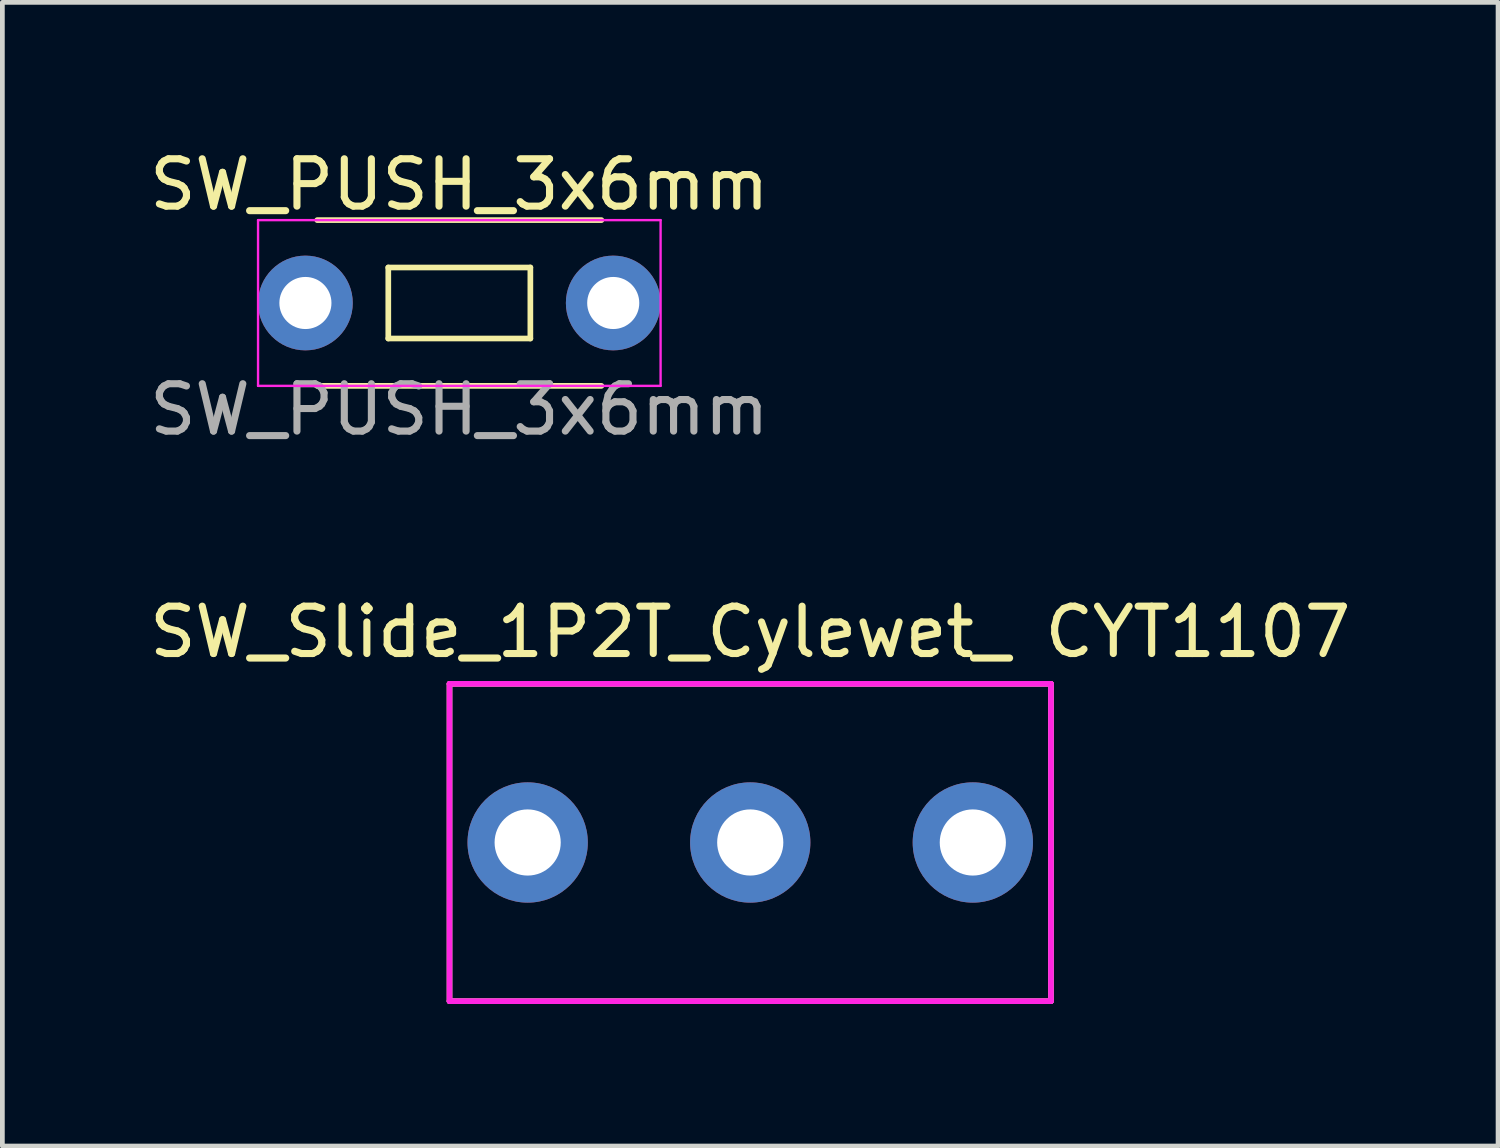
<source format=kicad_pcb>
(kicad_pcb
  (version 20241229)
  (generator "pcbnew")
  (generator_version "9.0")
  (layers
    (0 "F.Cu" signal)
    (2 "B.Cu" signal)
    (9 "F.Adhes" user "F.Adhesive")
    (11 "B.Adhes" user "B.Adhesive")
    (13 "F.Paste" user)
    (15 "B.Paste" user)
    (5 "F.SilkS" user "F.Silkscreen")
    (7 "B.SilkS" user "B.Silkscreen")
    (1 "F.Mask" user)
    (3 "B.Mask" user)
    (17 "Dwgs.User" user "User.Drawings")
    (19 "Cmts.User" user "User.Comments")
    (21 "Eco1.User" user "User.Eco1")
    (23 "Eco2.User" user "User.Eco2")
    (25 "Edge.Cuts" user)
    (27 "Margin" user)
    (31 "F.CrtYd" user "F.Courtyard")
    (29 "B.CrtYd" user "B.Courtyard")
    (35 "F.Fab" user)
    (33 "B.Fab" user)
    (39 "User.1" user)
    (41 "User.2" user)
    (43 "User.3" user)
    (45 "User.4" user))
  (footprint "SW_Slide_1P2T_Cylewet_ CYT1107"
    (layer "F.Cu")
    (at 12.792 14.74)
    (property "Reference" "SW_Slide_1P2T_Cylewet_ CYT1107" (at 0 -4.445 0) (layer "F.SilkS") (effects (font (size 1 1) (thickness 0.15))))
    (attr through_hole)
    (fp_line (start -6.35 -3.35) (end -6.35 3.35) (stroke (width 0.12) (type solid)) (layer "F.SilkS"))
    (fp_line (start -6.35 -3.35) (end 6.35 -3.35) (stroke (width 0.12) (type solid)) (layer "F.SilkS"))
    (fp_line (start -6.35 3.35) (end 6.35 3.35) (stroke (width 0.12) (type solid)) (layer "F.SilkS"))
    (fp_line (start 6.35 -3.35) (end 6.35 3.35) (stroke (width 0.12) (type solid)) (layer "F.SilkS"))
    (fp_line (start -6.35 -3.35) (end -6.35 3.35) (stroke (width 0.12) (type solid)) (layer "F.CrtYd"))
    (fp_line (start 6.35 -3.35) (end -6.35 -3.35) (stroke (width 0.12) (type solid)) (layer "F.CrtYd"))
    (fp_line (start 6.35 -3.35) (end 6.35 3.35) (stroke (width 0.12) (type solid)) (layer "F.CrtYd"))
    (fp_line (start 6.35 3.35) (end -6.35 3.35) (stroke (width 0.12) (type solid)) (layer "F.CrtYd"))
    (pad "1" thru_hole circle (at -4.7 0) (size 2.54 2.54) (drill 1.397) (layers "*.Cu" "*.Mask"))
    (pad "2" thru_hole circle (at 0 0) (size 2.54 2.54) (drill 1.397) (layers "*.Cu" "*.Mask"))
    (pad "3" thru_hole circle (at 4.7 0) (size 2.54 2.54) (drill 1.397) (layers "*.Cu" "*.Mask")))
  (footprint "SW_PUSH_3x6mm"
    (layer "F.Cu")
    (at 6.649 3.348)
    (property "Reference" "SW_PUSH_3x6mm" (at 0 -2.5 0) (layer "F.SilkS") (effects (font (size 1 1) (thickness 0.15))))
    (attr through_hole)
    (fp_line (start -3 -1.75) (end 3 -1.75) (stroke (width 0.12) (type solid)) (layer "F.SilkS"))
    (fp_line (start -3 1.75) (end 3 1.75) (stroke (width 0.12) (type solid)) (layer "F.SilkS"))
    (fp_line (start -1.5 -0.75) (end 1.5 -0.75) (stroke (width 0.12) (type solid)) (layer "F.SilkS"))
    (fp_line (start -1.5 0.75) (end -1.5 -0.75) (stroke (width 0.12) (type solid)) (layer "F.SilkS"))
    (fp_line (start 1.5 -0.75) (end 1.5 0.75) (stroke (width 0.12) (type solid)) (layer "F.SilkS"))
    (fp_line (start 1.5 0.75) (end -1.5 0.75) (stroke (width 0.12) (type solid)) (layer "F.SilkS"))
    (fp_line (start -4.25 -1.75) (end -4.25 1.75) (stroke (width 0.05) (type solid)) (layer "F.CrtYd"))
    (fp_line (start -4.25 -1.75) (end 4.25 -1.75) (stroke (width 0.05) (type solid)) (layer "F.CrtYd"))
    (fp_line (start -4.25 1.75) (end 4.25 1.75) (stroke (width 0.05) (type solid)) (layer "F.CrtYd"))
    (fp_line (start 4.25 -1.75) (end 4.25 1.75) (stroke (width 0.05) (type solid)) (layer "F.CrtYd"))
    (fp_text user "${REFERENCE}" (at 0 2.25 0) (layer "F.Fab") (effects (font (size 1 1) (thickness 0.15))))
    (pad "1" thru_hole circle (at -3.25 0 90) (size 2 2) (drill 1.1) (layers "*.Cu" "*.Mask"))
    (pad "2" thru_hole circle (at 3.25 0 90) (size 2 2) (drill 1.1) (layers "*.Cu" "*.Mask")))
  (gr_rect
    (start -3 -3)
    (end 28.583 21.15)
    (stroke (width 0.1) (type default))
    (fill no)
    (layer "Edge.Cuts")))
</source>
